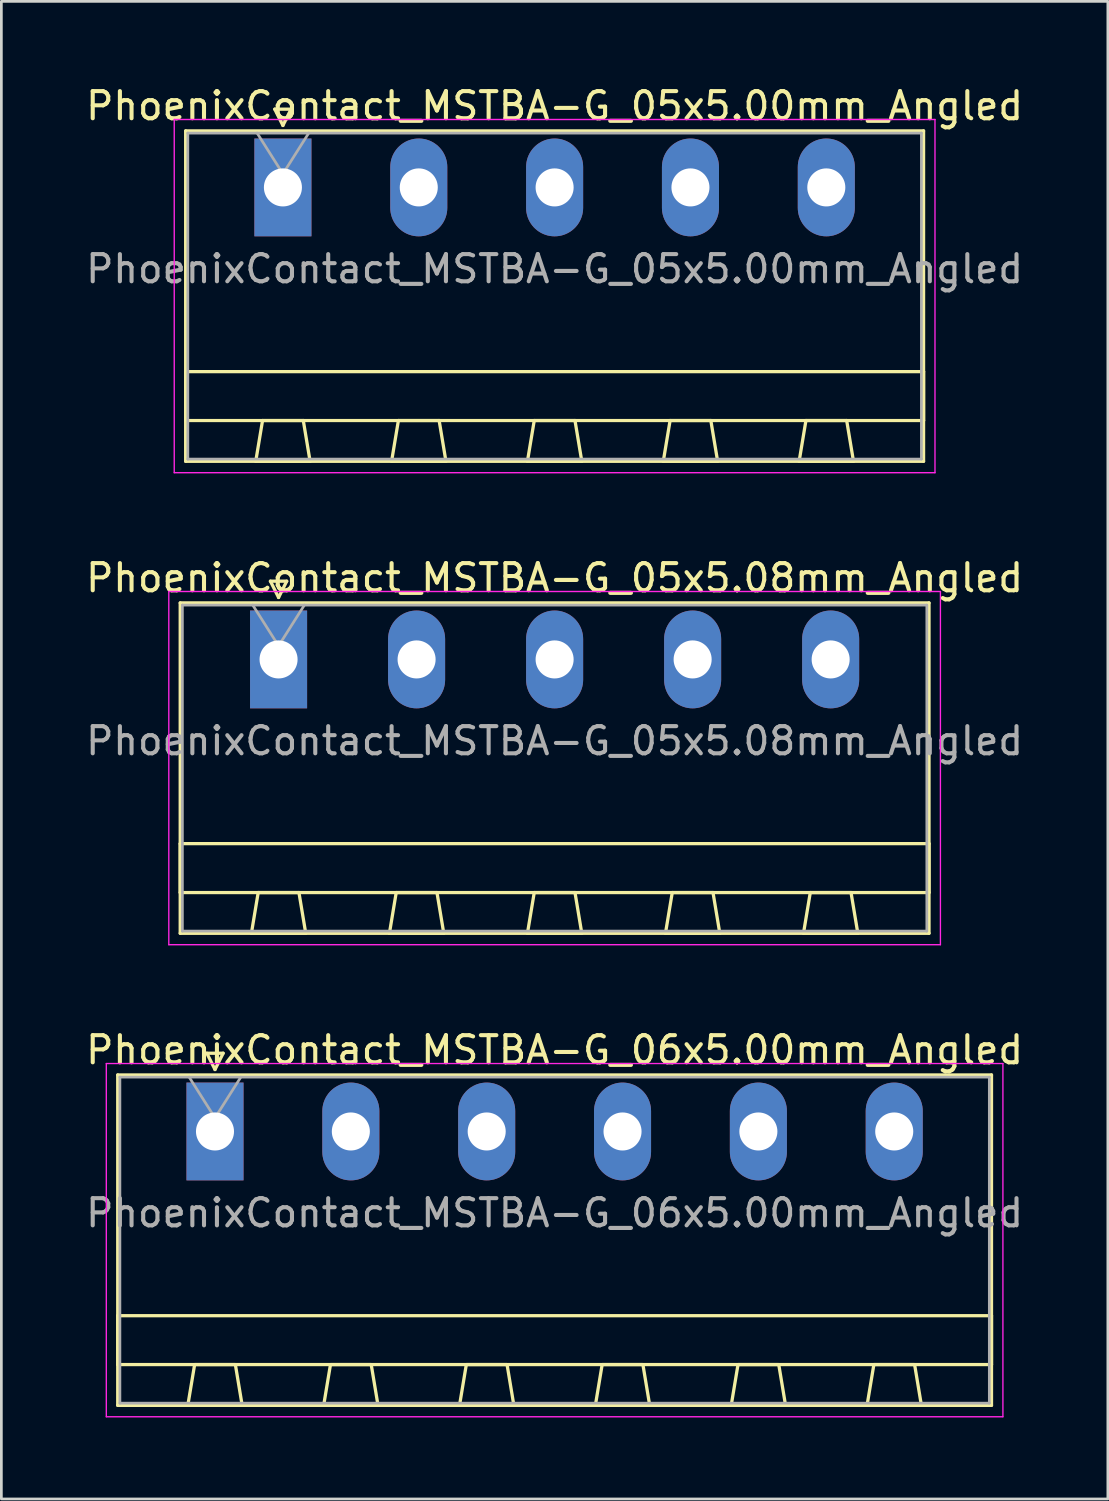
<source format=kicad_pcb>
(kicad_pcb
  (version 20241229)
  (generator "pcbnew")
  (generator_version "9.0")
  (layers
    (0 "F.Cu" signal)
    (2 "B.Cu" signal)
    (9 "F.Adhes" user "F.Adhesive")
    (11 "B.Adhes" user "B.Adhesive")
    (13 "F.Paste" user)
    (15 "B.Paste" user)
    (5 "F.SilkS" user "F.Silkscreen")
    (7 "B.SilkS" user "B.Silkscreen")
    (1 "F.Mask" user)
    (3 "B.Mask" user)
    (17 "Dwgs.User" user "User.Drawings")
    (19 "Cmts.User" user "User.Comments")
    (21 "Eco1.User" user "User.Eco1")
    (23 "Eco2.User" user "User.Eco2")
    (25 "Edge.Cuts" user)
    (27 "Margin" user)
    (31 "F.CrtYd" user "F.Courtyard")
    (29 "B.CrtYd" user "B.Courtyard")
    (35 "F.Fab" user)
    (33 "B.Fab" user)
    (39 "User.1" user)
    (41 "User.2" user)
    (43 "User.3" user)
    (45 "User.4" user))
  (footprint "PhoenixContact_MSTBA-G_06x5.00mm_Angled"
    (layer "F.Cu")
    (at 4.863 38.595)
    (property "Reference" "PhoenixContact_MSTBA-G_06x5.00mm_Angled" (at 12.5 -3 0) (layer "F.SilkS") (effects (font (size 1 1) (thickness 0.15))))
    (attr through_hole)
    (fp_line (start -3.58 -2.08) (end -3.58 10.08) (stroke (width 0.12) (type solid)) (layer "F.SilkS"))
    (fp_line (start -3.58 6.78) (end 28.58 6.78) (stroke (width 0.12) (type solid)) (layer "F.SilkS"))
    (fp_line (start -3.58 8.58) (end -3.58 6.78) (stroke (width 0.12) (type solid)) (layer "F.SilkS"))
    (fp_line (start -3.58 10.08) (end 28.58 10.08) (stroke (width 0.12) (type solid)) (layer "F.SilkS"))
    (fp_line (start -1 10.08) (end 1 10.08) (stroke (width 0.12) (type solid)) (layer "F.SilkS"))
    (fp_line (start -0.75 8.58) (end -1 10.08) (stroke (width 0.12) (type solid)) (layer "F.SilkS"))
    (fp_line (start -0.3 -2.88) (end 0.3 -2.88) (stroke (width 0.12) (type solid)) (layer "F.SilkS"))
    (fp_line (start 0 -2.28) (end -0.3 -2.88) (stroke (width 0.12) (type solid)) (layer "F.SilkS"))
    (fp_line (start 0.3 -2.88) (end 0 -2.28) (stroke (width 0.12) (type solid)) (layer "F.SilkS"))
    (fp_line (start 0.75 8.58) (end -0.75 8.58) (stroke (width 0.12) (type solid)) (layer "F.SilkS"))
    (fp_line (start 1 10.08) (end 0.75 8.58) (stroke (width 0.12) (type solid)) (layer "F.SilkS"))
    (fp_line (start 4 10.08) (end 6 10.08) (stroke (width 0.12) (type solid)) (layer "F.SilkS"))
    (fp_line (start 4.25 8.58) (end 4 10.08) (stroke (width 0.12) (type solid)) (layer "F.SilkS"))
    (fp_line (start 5.75 8.58) (end 4.25 8.58) (stroke (width 0.12) (type solid)) (layer "F.SilkS"))
    (fp_line (start 6 10.08) (end 5.75 8.58) (stroke (width 0.12) (type solid)) (layer "F.SilkS"))
    (fp_line (start 9 10.08) (end 11 10.08) (stroke (width 0.12) (type solid)) (layer "F.SilkS"))
    (fp_line (start 9.25 8.58) (end 9 10.08) (stroke (width 0.12) (type solid)) (layer "F.SilkS"))
    (fp_line (start 10.75 8.58) (end 9.25 8.58) (stroke (width 0.12) (type solid)) (layer "F.SilkS"))
    (fp_line (start 11 10.08) (end 10.75 8.58) (stroke (width 0.12) (type solid)) (layer "F.SilkS"))
    (fp_line (start 14 10.08) (end 16 10.08) (stroke (width 0.12) (type solid)) (layer "F.SilkS"))
    (fp_line (start 14.25 8.58) (end 14 10.08) (stroke (width 0.12) (type solid)) (layer "F.SilkS"))
    (fp_line (start 15.75 8.58) (end 14.25 8.58) (stroke (width 0.12) (type solid)) (layer "F.SilkS"))
    (fp_line (start 16 10.08) (end 15.75 8.58) (stroke (width 0.12) (type solid)) (layer "F.SilkS"))
    (fp_line (start 19 10.08) (end 21 10.08) (stroke (width 0.12) (type solid)) (layer "F.SilkS"))
    (fp_line (start 19.25 8.58) (end 19 10.08) (stroke (width 0.12) (type solid)) (layer "F.SilkS"))
    (fp_line (start 20.75 8.58) (end 19.25 8.58) (stroke (width 0.12) (type solid)) (layer "F.SilkS"))
    (fp_line (start 21 10.08) (end 20.75 8.58) (stroke (width 0.12) (type solid)) (layer "F.SilkS"))
    (fp_line (start 24 10.08) (end 26 10.08) (stroke (width 0.12) (type solid)) (layer "F.SilkS"))
    (fp_line (start 24.25 8.58) (end 24 10.08) (stroke (width 0.12) (type solid)) (layer "F.SilkS"))
    (fp_line (start 25.75 8.58) (end 24.25 8.58) (stroke (width 0.12) (type solid)) (layer "F.SilkS"))
    (fp_line (start 26 10.08) (end 25.75 8.58) (stroke (width 0.12) (type solid)) (layer "F.SilkS"))
    (fp_line (start 28.58 -2.08) (end -3.58 -2.08) (stroke (width 0.12) (type solid)) (layer "F.SilkS"))
    (fp_line (start 28.58 6.78) (end 28.58 8.58) (stroke (width 0.12) (type solid)) (layer "F.SilkS"))
    (fp_line (start 28.58 8.58) (end -3.58 8.58) (stroke (width 0.12) (type solid)) (layer "F.SilkS"))
    (fp_line (start 28.58 10.08) (end 28.58 -2.08) (stroke (width 0.12) (type solid)) (layer "F.SilkS"))
    (fp_line (start -4 -2.5) (end -4 10.5) (stroke (width 0.05) (type solid)) (layer "F.CrtYd"))
    (fp_line (start -4 10.5) (end 29 10.5) (stroke (width 0.05) (type solid)) (layer "F.CrtYd"))
    (fp_line (start 29 -2.5) (end -4 -2.5) (stroke (width 0.05) (type solid)) (layer "F.CrtYd"))
    (fp_line (start 29 10.5) (end 29 -2.5) (stroke (width 0.05) (type solid)) (layer "F.CrtYd"))
    (fp_line (start -3.5 -2) (end -3.5 10) (stroke (width 0.1) (type solid)) (layer "F.Fab"))
    (fp_line (start -3.5 10) (end 28.5 10) (stroke (width 0.1) (type solid)) (layer "F.Fab"))
    (fp_line (start 0 -0.5) (end -0.95 -2) (stroke (width 0.1) (type solid)) (layer "F.Fab"))
    (fp_line (start 0.95 -2) (end 0 -0.5) (stroke (width 0.1) (type solid)) (layer "F.Fab"))
    (fp_line (start 28.5 -2) (end -3.5 -2) (stroke (width 0.1) (type solid)) (layer "F.Fab"))
    (fp_line (start 28.5 10) (end 28.5 -2) (stroke (width 0.1) (type solid)) (layer "F.Fab"))
    (fp_text user "${REFERENCE}" (at 12.5 3 0) (layer "F.Fab") (effects (font (size 1 1) (thickness 0.15))))
    (pad "1" thru_hole rect (at 0 0) (size 2.1 3.6) (drill 1.4) (layers "*.Cu" "*.Mask"))
    (pad "2" thru_hole oval (at 5 0) (size 2.1 3.6) (drill 1.4) (layers "*.Cu" "*.Mask"))
    (pad "3" thru_hole oval (at 10 0) (size 2.1 3.6) (drill 1.4) (layers "*.Cu" "*.Mask"))
    (pad "4" thru_hole oval (at 15 0) (size 2.1 3.6) (drill 1.4) (layers "*.Cu" "*.Mask"))
    (pad "5" thru_hole oval (at 20 0) (size 2.1 3.6) (drill 1.4) (layers "*.Cu" "*.Mask"))
    (pad "6" thru_hole oval (at 25 0) (size 2.1 3.6) (drill 1.4) (layers "*.Cu" "*.Mask")))
  (footprint "PhoenixContact_MSTBA-G_05x5.08mm_Angled"
    (layer "F.Cu")
    (at 7.203 21.221)
    (property "Reference" "PhoenixContact_MSTBA-G_05x5.08mm_Angled" (at 10.16 -3 0) (layer "F.SilkS") (effects (font (size 1 1) (thickness 0.15))))
    (attr through_hole)
    (fp_line (start -3.62 -2.08) (end -3.62 10.08) (stroke (width 0.12) (type solid)) (layer "F.SilkS"))
    (fp_line (start -3.62 6.78) (end 23.94 6.78) (stroke (width 0.12) (type solid)) (layer "F.SilkS"))
    (fp_line (start -3.62 8.58) (end -3.62 6.78) (stroke (width 0.12) (type solid)) (layer "F.SilkS"))
    (fp_line (start -3.62 10.08) (end 23.94 10.08) (stroke (width 0.12) (type solid)) (layer "F.SilkS"))
    (fp_line (start -1 10.08) (end 1 10.08) (stroke (width 0.12) (type solid)) (layer "F.SilkS"))
    (fp_line (start -0.75 8.58) (end -1 10.08) (stroke (width 0.12) (type solid)) (layer "F.SilkS"))
    (fp_line (start -0.3 -2.88) (end 0.3 -2.88) (stroke (width 0.12) (type solid)) (layer "F.SilkS"))
    (fp_line (start 0 -2.28) (end -0.3 -2.88) (stroke (width 0.12) (type solid)) (layer "F.SilkS"))
    (fp_line (start 0.3 -2.88) (end 0 -2.28) (stroke (width 0.12) (type solid)) (layer "F.SilkS"))
    (fp_line (start 0.75 8.58) (end -0.75 8.58) (stroke (width 0.12) (type solid)) (layer "F.SilkS"))
    (fp_line (start 1 10.08) (end 0.75 8.58) (stroke (width 0.12) (type solid)) (layer "F.SilkS"))
    (fp_line (start 4.08 10.08) (end 6.08 10.08) (stroke (width 0.12) (type solid)) (layer "F.SilkS"))
    (fp_line (start 4.33 8.58) (end 4.08 10.08) (stroke (width 0.12) (type solid)) (layer "F.SilkS"))
    (fp_line (start 5.83 8.58) (end 4.33 8.58) (stroke (width 0.12) (type solid)) (layer "F.SilkS"))
    (fp_line (start 6.08 10.08) (end 5.83 8.58) (stroke (width 0.12) (type solid)) (layer "F.SilkS"))
    (fp_line (start 9.16 10.08) (end 11.16 10.08) (stroke (width 0.12) (type solid)) (layer "F.SilkS"))
    (fp_line (start 9.41 8.58) (end 9.16 10.08) (stroke (width 0.12) (type solid)) (layer "F.SilkS"))
    (fp_line (start 10.91 8.58) (end 9.41 8.58) (stroke (width 0.12) (type solid)) (layer "F.SilkS"))
    (fp_line (start 11.16 10.08) (end 10.91 8.58) (stroke (width 0.12) (type solid)) (layer "F.SilkS"))
    (fp_line (start 14.24 10.08) (end 16.24 10.08) (stroke (width 0.12) (type solid)) (layer "F.SilkS"))
    (fp_line (start 14.49 8.58) (end 14.24 10.08) (stroke (width 0.12) (type solid)) (layer "F.SilkS"))
    (fp_line (start 15.99 8.58) (end 14.49 8.58) (stroke (width 0.12) (type solid)) (layer "F.SilkS"))
    (fp_line (start 16.24 10.08) (end 15.99 8.58) (stroke (width 0.12) (type solid)) (layer "F.SilkS"))
    (fp_line (start 19.32 10.08) (end 21.32 10.08) (stroke (width 0.12) (type solid)) (layer "F.SilkS"))
    (fp_line (start 19.57 8.58) (end 19.32 10.08) (stroke (width 0.12) (type solid)) (layer "F.SilkS"))
    (fp_line (start 21.07 8.58) (end 19.57 8.58) (stroke (width 0.12) (type solid)) (layer "F.SilkS"))
    (fp_line (start 21.32 10.08) (end 21.07 8.58) (stroke (width 0.12) (type solid)) (layer "F.SilkS"))
    (fp_line (start 23.94 -2.08) (end -3.62 -2.08) (stroke (width 0.12) (type solid)) (layer "F.SilkS"))
    (fp_line (start 23.94 6.78) (end 23.94 8.58) (stroke (width 0.12) (type solid)) (layer "F.SilkS"))
    (fp_line (start 23.94 8.58) (end -3.62 8.58) (stroke (width 0.12) (type solid)) (layer "F.SilkS"))
    (fp_line (start 23.94 10.08) (end 23.94 -2.08) (stroke (width 0.12) (type solid)) (layer "F.SilkS"))
    (fp_line (start -4.04 -2.5) (end -4.04 10.5) (stroke (width 0.05) (type solid)) (layer "F.CrtYd"))
    (fp_line (start -4.04 10.5) (end 24.36 10.5) (stroke (width 0.05) (type solid)) (layer "F.CrtYd"))
    (fp_line (start 24.36 -2.5) (end -4.04 -2.5) (stroke (width 0.05) (type solid)) (layer "F.CrtYd"))
    (fp_line (start 24.36 10.5) (end 24.36 -2.5) (stroke (width 0.05) (type solid)) (layer "F.CrtYd"))
    (fp_line (start -3.54 -2) (end -3.54 10) (stroke (width 0.1) (type solid)) (layer "F.Fab"))
    (fp_line (start -3.54 10) (end 23.86 10) (stroke (width 0.1) (type solid)) (layer "F.Fab"))
    (fp_line (start 0 -0.5) (end -0.95 -2) (stroke (width 0.1) (type solid)) (layer "F.Fab"))
    (fp_line (start 0.95 -2) (end 0 -0.5) (stroke (width 0.1) (type solid)) (layer "F.Fab"))
    (fp_line (start 23.86 -2) (end -3.54 -2) (stroke (width 0.1) (type solid)) (layer "F.Fab"))
    (fp_line (start 23.86 10) (end 23.86 -2) (stroke (width 0.1) (type solid)) (layer "F.Fab"))
    (fp_text user "${REFERENCE}" (at 10.16 3 0) (layer "F.Fab") (effects (font (size 1 1) (thickness 0.15))))
    (pad "1" thru_hole rect (at 0 0) (size 2.1 3.6) (drill 1.4) (layers "*.Cu" "*.Mask"))
    (pad "2" thru_hole oval (at 5.08 0) (size 2.1 3.6) (drill 1.4) (layers "*.Cu" "*.Mask"))
    (pad "3" thru_hole oval (at 10.16 0) (size 2.1 3.6) (drill 1.4) (layers "*.Cu" "*.Mask"))
    (pad "4" thru_hole oval (at 15.24 0) (size 2.1 3.6) (drill 1.4) (layers "*.Cu" "*.Mask"))
    (pad "5" thru_hole oval (at 20.32 0) (size 2.1 3.6) (drill 1.4) (layers "*.Cu" "*.Mask")))
  (footprint "PhoenixContact_MSTBA-G_05x5.00mm_Angled"
    (layer "F.Cu")
    (at 7.363 3.848)
    (property "Reference" "PhoenixContact_MSTBA-G_05x5.00mm_Angled" (at 10 -3 0) (layer "F.SilkS") (effects (font (size 1 1) (thickness 0.15))))
    (attr through_hole)
    (fp_line (start -3.58 -2.08) (end -3.58 10.08) (stroke (width 0.12) (type solid)) (layer "F.SilkS"))
    (fp_line (start -3.58 6.78) (end 23.58 6.78) (stroke (width 0.12) (type solid)) (layer "F.SilkS"))
    (fp_line (start -3.58 8.58) (end -3.58 6.78) (stroke (width 0.12) (type solid)) (layer "F.SilkS"))
    (fp_line (start -3.58 10.08) (end 23.58 10.08) (stroke (width 0.12) (type solid)) (layer "F.SilkS"))
    (fp_line (start -1 10.08) (end 1 10.08) (stroke (width 0.12) (type solid)) (layer "F.SilkS"))
    (fp_line (start -0.75 8.58) (end -1 10.08) (stroke (width 0.12) (type solid)) (layer "F.SilkS"))
    (fp_line (start -0.3 -2.88) (end 0.3 -2.88) (stroke (width 0.12) (type solid)) (layer "F.SilkS"))
    (fp_line (start 0 -2.28) (end -0.3 -2.88) (stroke (width 0.12) (type solid)) (layer "F.SilkS"))
    (fp_line (start 0.3 -2.88) (end 0 -2.28) (stroke (width 0.12) (type solid)) (layer "F.SilkS"))
    (fp_line (start 0.75 8.58) (end -0.75 8.58) (stroke (width 0.12) (type solid)) (layer "F.SilkS"))
    (fp_line (start 1 10.08) (end 0.75 8.58) (stroke (width 0.12) (type solid)) (layer "F.SilkS"))
    (fp_line (start 4 10.08) (end 6 10.08) (stroke (width 0.12) (type solid)) (layer "F.SilkS"))
    (fp_line (start 4.25 8.58) (end 4 10.08) (stroke (width 0.12) (type solid)) (layer "F.SilkS"))
    (fp_line (start 5.75 8.58) (end 4.25 8.58) (stroke (width 0.12) (type solid)) (layer "F.SilkS"))
    (fp_line (start 6 10.08) (end 5.75 8.58) (stroke (width 0.12) (type solid)) (layer "F.SilkS"))
    (fp_line (start 9 10.08) (end 11 10.08) (stroke (width 0.12) (type solid)) (layer "F.SilkS"))
    (fp_line (start 9.25 8.58) (end 9 10.08) (stroke (width 0.12) (type solid)) (layer "F.SilkS"))
    (fp_line (start 10.75 8.58) (end 9.25 8.58) (stroke (width 0.12) (type solid)) (layer "F.SilkS"))
    (fp_line (start 11 10.08) (end 10.75 8.58) (stroke (width 0.12) (type solid)) (layer "F.SilkS"))
    (fp_line (start 14 10.08) (end 16 10.08) (stroke (width 0.12) (type solid)) (layer "F.SilkS"))
    (fp_line (start 14.25 8.58) (end 14 10.08) (stroke (width 0.12) (type solid)) (layer "F.SilkS"))
    (fp_line (start 15.75 8.58) (end 14.25 8.58) (stroke (width 0.12) (type solid)) (layer "F.SilkS"))
    (fp_line (start 16 10.08) (end 15.75 8.58) (stroke (width 0.12) (type solid)) (layer "F.SilkS"))
    (fp_line (start 19 10.08) (end 21 10.08) (stroke (width 0.12) (type solid)) (layer "F.SilkS"))
    (fp_line (start 19.25 8.58) (end 19 10.08) (stroke (width 0.12) (type solid)) (layer "F.SilkS"))
    (fp_line (start 20.75 8.58) (end 19.25 8.58) (stroke (width 0.12) (type solid)) (layer "F.SilkS"))
    (fp_line (start 21 10.08) (end 20.75 8.58) (stroke (width 0.12) (type solid)) (layer "F.SilkS"))
    (fp_line (start 23.58 -2.08) (end -3.58 -2.08) (stroke (width 0.12) (type solid)) (layer "F.SilkS"))
    (fp_line (start 23.58 6.78) (end 23.58 8.58) (stroke (width 0.12) (type solid)) (layer "F.SilkS"))
    (fp_line (start 23.58 8.58) (end -3.58 8.58) (stroke (width 0.12) (type solid)) (layer "F.SilkS"))
    (fp_line (start 23.58 10.08) (end 23.58 -2.08) (stroke (width 0.12) (type solid)) (layer "F.SilkS"))
    (fp_line (start -4 -2.5) (end -4 10.5) (stroke (width 0.05) (type solid)) (layer "F.CrtYd"))
    (fp_line (start -4 10.5) (end 24 10.5) (stroke (width 0.05) (type solid)) (layer "F.CrtYd"))
    (fp_line (start 24 -2.5) (end -4 -2.5) (stroke (width 0.05) (type solid)) (layer "F.CrtYd"))
    (fp_line (start 24 10.5) (end 24 -2.5) (stroke (width 0.05) (type solid)) (layer "F.CrtYd"))
    (fp_line (start -3.5 -2) (end -3.5 10) (stroke (width 0.1) (type solid)) (layer "F.Fab"))
    (fp_line (start -3.5 10) (end 23.5 10) (stroke (width 0.1) (type solid)) (layer "F.Fab"))
    (fp_line (start 0 -0.5) (end -0.95 -2) (stroke (width 0.1) (type solid)) (layer "F.Fab"))
    (fp_line (start 0.95 -2) (end 0 -0.5) (stroke (width 0.1) (type solid)) (layer "F.Fab"))
    (fp_line (start 23.5 -2) (end -3.5 -2) (stroke (width 0.1) (type solid)) (layer "F.Fab"))
    (fp_line (start 23.5 10) (end 23.5 -2) (stroke (width 0.1) (type solid)) (layer "F.Fab"))
    (fp_text user "${REFERENCE}" (at 10 3 0) (layer "F.Fab") (effects (font (size 1 1) (thickness 0.15))))
    (pad "1" thru_hole rect (at 0 0) (size 2.1 3.6) (drill 1.4) (layers "*.Cu" "*.Mask"))
    (pad "2" thru_hole oval (at 5 0) (size 2.1 3.6) (drill 1.4) (layers "*.Cu" "*.Mask"))
    (pad "3" thru_hole oval (at 10 0) (size 2.1 3.6) (drill 1.4) (layers "*.Cu" "*.Mask"))
    (pad "4" thru_hole oval (at 15 0) (size 2.1 3.6) (drill 1.4) (layers "*.Cu" "*.Mask"))
    (pad "5" thru_hole oval (at 20 0) (size 2.1 3.6) (drill 1.4) (layers "*.Cu" "*.Mask")))
  (gr_rect
    (start -3 -3)
    (end 37.726 52.12)
    (stroke (width 0.1) (type default))
    (fill no)
    (layer "Edge.Cuts")))
</source>
